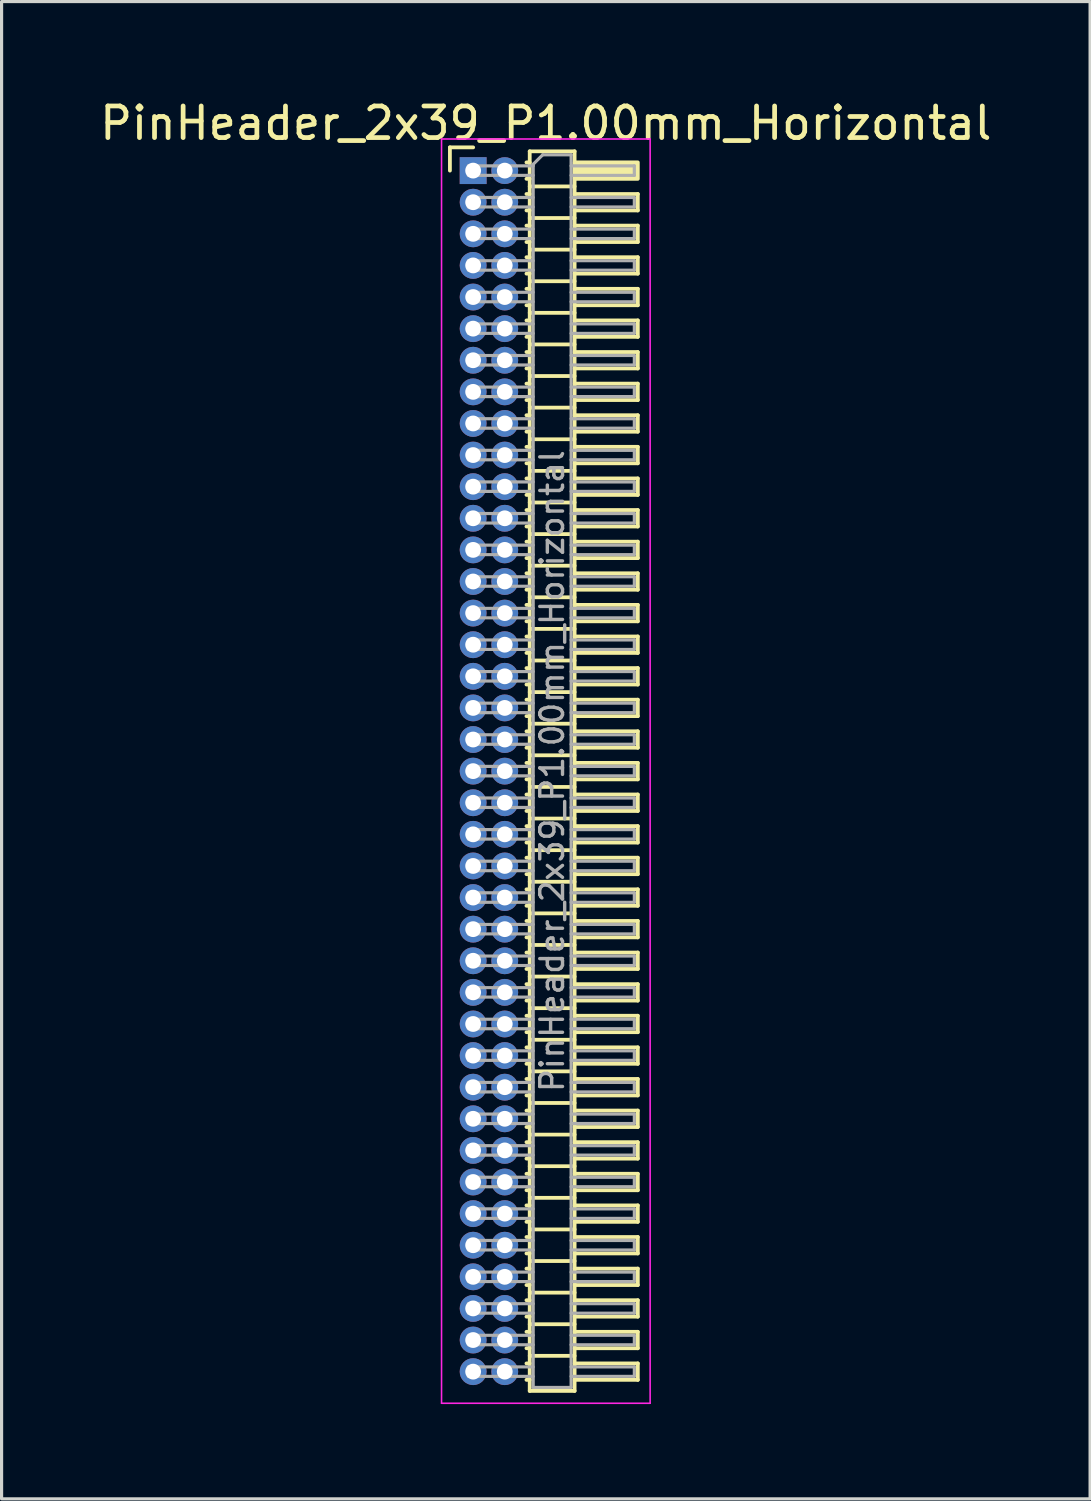
<source format=kicad_pcb>
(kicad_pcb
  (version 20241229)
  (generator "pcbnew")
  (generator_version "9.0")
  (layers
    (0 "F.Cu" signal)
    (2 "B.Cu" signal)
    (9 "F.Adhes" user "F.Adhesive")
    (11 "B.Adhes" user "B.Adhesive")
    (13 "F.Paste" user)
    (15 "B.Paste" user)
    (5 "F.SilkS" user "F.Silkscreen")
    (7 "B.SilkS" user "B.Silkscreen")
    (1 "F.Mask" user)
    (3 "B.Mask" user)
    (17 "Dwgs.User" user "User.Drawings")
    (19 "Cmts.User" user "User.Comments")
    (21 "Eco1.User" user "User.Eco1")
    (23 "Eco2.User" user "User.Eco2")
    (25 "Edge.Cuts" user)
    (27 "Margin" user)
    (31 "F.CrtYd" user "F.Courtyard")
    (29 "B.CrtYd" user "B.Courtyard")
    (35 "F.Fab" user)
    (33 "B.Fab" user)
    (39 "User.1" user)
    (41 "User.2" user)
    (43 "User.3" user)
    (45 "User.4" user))
  (footprint "PinHeader_2x39_P1.00mm_Horizontal"
    (layer "F.Cu")
    (at 11.92 2.348)
    (property "Reference" "PinHeader_2x39_P1.00mm_Horizontal" (at 2.3 -1.5 0) (layer "F.SilkS") (effects (font (size 1 1) (thickness 0.15))))
    (attr through_hole)
    (fp_line (start -0.735 -0.735) (end 0 -0.735) (stroke (width 0.12) (type solid)) (layer "F.SilkS"))
    (fp_line (start -0.735 0) (end -0.735 -0.735) (stroke (width 0.12) (type solid)) (layer "F.SilkS"))
    (fp_line (start 1.687 -0.26) (end 1.79 -0.26) (stroke (width 0.12) (type solid)) (layer "F.SilkS"))
    (fp_line (start 1.687 0.26) (end 1.79 0.26) (stroke (width 0.12) (type solid)) (layer "F.SilkS"))
    (fp_line (start 1.687 0.74) (end 1.79 0.74) (stroke (width 0.12) (type solid)) (layer "F.SilkS"))
    (fp_line (start 1.687 1.26) (end 1.79 1.26) (stroke (width 0.12) (type solid)) (layer "F.SilkS"))
    (fp_line (start 1.687 1.74) (end 1.79 1.74) (stroke (width 0.12) (type solid)) (layer "F.SilkS"))
    (fp_line (start 1.687 2.26) (end 1.79 2.26) (stroke (width 0.12) (type solid)) (layer "F.SilkS"))
    (fp_line (start 1.687 2.74) (end 1.79 2.74) (stroke (width 0.12) (type solid)) (layer "F.SilkS"))
    (fp_line (start 1.687 3.26) (end 1.79 3.26) (stroke (width 0.12) (type solid)) (layer "F.SilkS"))
    (fp_line (start 1.687 3.74) (end 1.79 3.74) (stroke (width 0.12) (type solid)) (layer "F.SilkS"))
    (fp_line (start 1.687 4.26) (end 1.79 4.26) (stroke (width 0.12) (type solid)) (layer "F.SilkS"))
    (fp_line (start 1.687 4.74) (end 1.79 4.74) (stroke (width 0.12) (type solid)) (layer "F.SilkS"))
    (fp_line (start 1.687 5.26) (end 1.79 5.26) (stroke (width 0.12) (type solid)) (layer "F.SilkS"))
    (fp_line (start 1.687 5.74) (end 1.79 5.74) (stroke (width 0.12) (type solid)) (layer "F.SilkS"))
    (fp_line (start 1.687 6.26) (end 1.79 6.26) (stroke (width 0.12) (type solid)) (layer "F.SilkS"))
    (fp_line (start 1.687 6.74) (end 1.79 6.74) (stroke (width 0.12) (type solid)) (layer "F.SilkS"))
    (fp_line (start 1.687 7.26) (end 1.79 7.26) (stroke (width 0.12) (type solid)) (layer "F.SilkS"))
    (fp_line (start 1.687 7.74) (end 1.79 7.74) (stroke (width 0.12) (type solid)) (layer "F.SilkS"))
    (fp_line (start 1.687 8.26) (end 1.79 8.26) (stroke (width 0.12) (type solid)) (layer "F.SilkS"))
    (fp_line (start 1.687 8.74) (end 1.79 8.74) (stroke (width 0.12) (type solid)) (layer "F.SilkS"))
    (fp_line (start 1.687 9.26) (end 1.79 9.26) (stroke (width 0.12) (type solid)) (layer "F.SilkS"))
    (fp_line (start 1.687 9.74) (end 1.79 9.74) (stroke (width 0.12) (type solid)) (layer "F.SilkS"))
    (fp_line (start 1.687 10.26) (end 1.79 10.26) (stroke (width 0.12) (type solid)) (layer "F.SilkS"))
    (fp_line (start 1.687 10.74) (end 1.79 10.74) (stroke (width 0.12) (type solid)) (layer "F.SilkS"))
    (fp_line (start 1.687 11.26) (end 1.79 11.26) (stroke (width 0.12) (type solid)) (layer "F.SilkS"))
    (fp_line (start 1.687 11.74) (end 1.79 11.74) (stroke (width 0.12) (type solid)) (layer "F.SilkS"))
    (fp_line (start 1.687 12.26) (end 1.79 12.26) (stroke (width 0.12) (type solid)) (layer "F.SilkS"))
    (fp_line (start 1.687 12.74) (end 1.79 12.74) (stroke (width 0.12) (type solid)) (layer "F.SilkS"))
    (fp_line (start 1.687 13.26) (end 1.79 13.26) (stroke (width 0.12) (type solid)) (layer "F.SilkS"))
    (fp_line (start 1.687 13.74) (end 1.79 13.74) (stroke (width 0.12) (type solid)) (layer "F.SilkS"))
    (fp_line (start 1.687 14.26) (end 1.79 14.26) (stroke (width 0.12) (type solid)) (layer "F.SilkS"))
    (fp_line (start 1.687 14.74) (end 1.79 14.74) (stroke (width 0.12) (type solid)) (layer "F.SilkS"))
    (fp_line (start 1.687 15.26) (end 1.79 15.26) (stroke (width 0.12) (type solid)) (layer "F.SilkS"))
    (fp_line (start 1.687 15.74) (end 1.79 15.74) (stroke (width 0.12) (type solid)) (layer "F.SilkS"))
    (fp_line (start 1.687 16.26) (end 1.79 16.26) (stroke (width 0.12) (type solid)) (layer "F.SilkS"))
    (fp_line (start 1.687 16.74) (end 1.79 16.74) (stroke (width 0.12) (type solid)) (layer "F.SilkS"))
    (fp_line (start 1.687 17.26) (end 1.79 17.26) (stroke (width 0.12) (type solid)) (layer "F.SilkS"))
    (fp_line (start 1.687 17.74) (end 1.79 17.74) (stroke (width 0.12) (type solid)) (layer "F.SilkS"))
    (fp_line (start 1.687 18.26) (end 1.79 18.26) (stroke (width 0.12) (type solid)) (layer "F.SilkS"))
    (fp_line (start 1.687 18.74) (end 1.79 18.74) (stroke (width 0.12) (type solid)) (layer "F.SilkS"))
    (fp_line (start 1.687 19.26) (end 1.79 19.26) (stroke (width 0.12) (type solid)) (layer "F.SilkS"))
    (fp_line (start 1.687 19.74) (end 1.79 19.74) (stroke (width 0.12) (type solid)) (layer "F.SilkS"))
    (fp_line (start 1.687 20.26) (end 1.79 20.26) (stroke (width 0.12) (type solid)) (layer "F.SilkS"))
    (fp_line (start 1.687 20.74) (end 1.79 20.74) (stroke (width 0.12) (type solid)) (layer "F.SilkS"))
    (fp_line (start 1.687 21.26) (end 1.79 21.26) (stroke (width 0.12) (type solid)) (layer "F.SilkS"))
    (fp_line (start 1.687 21.74) (end 1.79 21.74) (stroke (width 0.12) (type solid)) (layer "F.SilkS"))
    (fp_line (start 1.687 22.26) (end 1.79 22.26) (stroke (width 0.12) (type solid)) (layer "F.SilkS"))
    (fp_line (start 1.687 22.74) (end 1.79 22.74) (stroke (width 0.12) (type solid)) (layer "F.SilkS"))
    (fp_line (start 1.687 23.26) (end 1.79 23.26) (stroke (width 0.12) (type solid)) (layer "F.SilkS"))
    (fp_line (start 1.687 23.74) (end 1.79 23.74) (stroke (width 0.12) (type solid)) (layer "F.SilkS"))
    (fp_line (start 1.687 24.26) (end 1.79 24.26) (stroke (width 0.12) (type solid)) (layer "F.SilkS"))
    (fp_line (start 1.687 24.74) (end 1.79 24.74) (stroke (width 0.12) (type solid)) (layer "F.SilkS"))
    (fp_line (start 1.687 25.26) (end 1.79 25.26) (stroke (width 0.12) (type solid)) (layer "F.SilkS"))
    (fp_line (start 1.687 25.74) (end 1.79 25.74) (stroke (width 0.12) (type solid)) (layer "F.SilkS"))
    (fp_line (start 1.687 26.26) (end 1.79 26.26) (stroke (width 0.12) (type solid)) (layer "F.SilkS"))
    (fp_line (start 1.687 26.74) (end 1.79 26.74) (stroke (width 0.12) (type solid)) (layer "F.SilkS"))
    (fp_line (start 1.687 27.26) (end 1.79 27.26) (stroke (width 0.12) (type solid)) (layer "F.SilkS"))
    (fp_line (start 1.687 27.74) (end 1.79 27.74) (stroke (width 0.12) (type solid)) (layer "F.SilkS"))
    (fp_line (start 1.687 28.26) (end 1.79 28.26) (stroke (width 0.12) (type solid)) (layer "F.SilkS"))
    (fp_line (start 1.687 28.74) (end 1.79 28.74) (stroke (width 0.12) (type solid)) (layer "F.SilkS"))
    (fp_line (start 1.687 29.26) (end 1.79 29.26) (stroke (width 0.12) (type solid)) (layer "F.SilkS"))
    (fp_line (start 1.687 29.74) (end 1.79 29.74) (stroke (width 0.12) (type solid)) (layer "F.SilkS"))
    (fp_line (start 1.687 30.26) (end 1.79 30.26) (stroke (width 0.12) (type solid)) (layer "F.SilkS"))
    (fp_line (start 1.687 30.74) (end 1.79 30.74) (stroke (width 0.12) (type solid)) (layer "F.SilkS"))
    (fp_line (start 1.687 31.26) (end 1.79 31.26) (stroke (width 0.12) (type solid)) (layer "F.SilkS"))
    (fp_line (start 1.687 31.74) (end 1.79 31.74) (stroke (width 0.12) (type solid)) (layer "F.SilkS"))
    (fp_line (start 1.687 32.26) (end 1.79 32.26) (stroke (width 0.12) (type solid)) (layer "F.SilkS"))
    (fp_line (start 1.687 32.74) (end 1.79 32.74) (stroke (width 0.12) (type solid)) (layer "F.SilkS"))
    (fp_line (start 1.687 33.26) (end 1.79 33.26) (stroke (width 0.12) (type solid)) (layer "F.SilkS"))
    (fp_line (start 1.687 33.74) (end 1.79 33.74) (stroke (width 0.12) (type solid)) (layer "F.SilkS"))
    (fp_line (start 1.687 34.26) (end 1.79 34.26) (stroke (width 0.12) (type solid)) (layer "F.SilkS"))
    (fp_line (start 1.687 34.74) (end 1.79 34.74) (stroke (width 0.12) (type solid)) (layer "F.SilkS"))
    (fp_line (start 1.687 35.26) (end 1.79 35.26) (stroke (width 0.12) (type solid)) (layer "F.SilkS"))
    (fp_line (start 1.687 35.74) (end 1.79 35.74) (stroke (width 0.12) (type solid)) (layer "F.SilkS"))
    (fp_line (start 1.687 36.26) (end 1.79 36.26) (stroke (width 0.12) (type solid)) (layer "F.SilkS"))
    (fp_line (start 1.687 36.74) (end 1.79 36.74) (stroke (width 0.12) (type solid)) (layer "F.SilkS"))
    (fp_line (start 1.687 37.26) (end 1.79 37.26) (stroke (width 0.12) (type solid)) (layer "F.SilkS"))
    (fp_line (start 1.687 37.74) (end 1.79 37.74) (stroke (width 0.12) (type solid)) (layer "F.SilkS"))
    (fp_line (start 1.687 38.26) (end 1.79 38.26) (stroke (width 0.12) (type solid)) (layer "F.SilkS"))
    (fp_line (start 1.79 -0.61) (end 1.79 38.61) (stroke (width 0.12) (type solid)) (layer "F.SilkS"))
    (fp_line (start 1.79 0.5) (end 3.21 0.5) (stroke (width 0.12) (type solid)) (layer "F.SilkS"))
    (fp_line (start 1.79 1.5) (end 3.21 1.5) (stroke (width 0.12) (type solid)) (layer "F.SilkS"))
    (fp_line (start 1.79 2.5) (end 3.21 2.5) (stroke (width 0.12) (type solid)) (layer "F.SilkS"))
    (fp_line (start 1.79 3.5) (end 3.21 3.5) (stroke (width 0.12) (type solid)) (layer "F.SilkS"))
    (fp_line (start 1.79 4.5) (end 3.21 4.5) (stroke (width 0.12) (type solid)) (layer "F.SilkS"))
    (fp_line (start 1.79 5.5) (end 3.21 5.5) (stroke (width 0.12) (type solid)) (layer "F.SilkS"))
    (fp_line (start 1.79 6.5) (end 3.21 6.5) (stroke (width 0.12) (type solid)) (layer "F.SilkS"))
    (fp_line (start 1.79 7.5) (end 3.21 7.5) (stroke (width 0.12) (type solid)) (layer "F.SilkS"))
    (fp_line (start 1.79 8.5) (end 3.21 8.5) (stroke (width 0.12) (type solid)) (layer "F.SilkS"))
    (fp_line (start 1.79 9.5) (end 3.21 9.5) (stroke (width 0.12) (type solid)) (layer "F.SilkS"))
    (fp_line (start 1.79 10.5) (end 3.21 10.5) (stroke (width 0.12) (type solid)) (layer "F.SilkS"))
    (fp_line (start 1.79 11.5) (end 3.21 11.5) (stroke (width 0.12) (type solid)) (layer "F.SilkS"))
    (fp_line (start 1.79 12.5) (end 3.21 12.5) (stroke (width 0.12) (type solid)) (layer "F.SilkS"))
    (fp_line (start 1.79 13.5) (end 3.21 13.5) (stroke (width 0.12) (type solid)) (layer "F.SilkS"))
    (fp_line (start 1.79 14.5) (end 3.21 14.5) (stroke (width 0.12) (type solid)) (layer "F.SilkS"))
    (fp_line (start 1.79 15.5) (end 3.21 15.5) (stroke (width 0.12) (type solid)) (layer "F.SilkS"))
    (fp_line (start 1.79 16.5) (end 3.21 16.5) (stroke (width 0.12) (type solid)) (layer "F.SilkS"))
    (fp_line (start 1.79 17.5) (end 3.21 17.5) (stroke (width 0.12) (type solid)) (layer "F.SilkS"))
    (fp_line (start 1.79 18.5) (end 3.21 18.5) (stroke (width 0.12) (type solid)) (layer "F.SilkS"))
    (fp_line (start 1.79 19.5) (end 3.21 19.5) (stroke (width 0.12) (type solid)) (layer "F.SilkS"))
    (fp_line (start 1.79 20.5) (end 3.21 20.5) (stroke (width 0.12) (type solid)) (layer "F.SilkS"))
    (fp_line (start 1.79 21.5) (end 3.21 21.5) (stroke (width 0.12) (type solid)) (layer "F.SilkS"))
    (fp_line (start 1.79 22.5) (end 3.21 22.5) (stroke (width 0.12) (type solid)) (layer "F.SilkS"))
    (fp_line (start 1.79 23.5) (end 3.21 23.5) (stroke (width 0.12) (type solid)) (layer "F.SilkS"))
    (fp_line (start 1.79 24.5) (end 3.21 24.5) (stroke (width 0.12) (type solid)) (layer "F.SilkS"))
    (fp_line (start 1.79 25.5) (end 3.21 25.5) (stroke (width 0.12) (type solid)) (layer "F.SilkS"))
    (fp_line (start 1.79 26.5) (end 3.21 26.5) (stroke (width 0.12) (type solid)) (layer "F.SilkS"))
    (fp_line (start 1.79 27.5) (end 3.21 27.5) (stroke (width 0.12) (type solid)) (layer "F.SilkS"))
    (fp_line (start 1.79 28.5) (end 3.21 28.5) (stroke (width 0.12) (type solid)) (layer "F.SilkS"))
    (fp_line (start 1.79 29.5) (end 3.21 29.5) (stroke (width 0.12) (type solid)) (layer "F.SilkS"))
    (fp_line (start 1.79 30.5) (end 3.21 30.5) (stroke (width 0.12) (type solid)) (layer "F.SilkS"))
    (fp_line (start 1.79 31.5) (end 3.21 31.5) (stroke (width 0.12) (type solid)) (layer "F.SilkS"))
    (fp_line (start 1.79 32.5) (end 3.21 32.5) (stroke (width 0.12) (type solid)) (layer "F.SilkS"))
    (fp_line (start 1.79 33.5) (end 3.21 33.5) (stroke (width 0.12) (type solid)) (layer "F.SilkS"))
    (fp_line (start 1.79 34.5) (end 3.21 34.5) (stroke (width 0.12) (type solid)) (layer "F.SilkS"))
    (fp_line (start 1.79 35.5) (end 3.21 35.5) (stroke (width 0.12) (type solid)) (layer "F.SilkS"))
    (fp_line (start 1.79 36.5) (end 3.21 36.5) (stroke (width 0.12) (type solid)) (layer "F.SilkS"))
    (fp_line (start 1.79 37.5) (end 3.21 37.5) (stroke (width 0.12) (type solid)) (layer "F.SilkS"))
    (fp_line (start 1.79 38.61) (end 3.21 38.61) (stroke (width 0.12) (type solid)) (layer "F.SilkS"))
    (fp_line (start 3.21 -0.61) (end 1.79 -0.61) (stroke (width 0.12) (type solid)) (layer "F.SilkS"))
    (fp_line (start 3.21 0.74) (end 5.21 0.74) (stroke (width 0.12) (type solid)) (layer "F.SilkS"))
    (fp_line (start 3.21 1.74) (end 5.21 1.74) (stroke (width 0.12) (type solid)) (layer "F.SilkS"))
    (fp_line (start 3.21 2.74) (end 5.21 2.74) (stroke (width 0.12) (type solid)) (layer "F.SilkS"))
    (fp_line (start 3.21 3.74) (end 5.21 3.74) (stroke (width 0.12) (type solid)) (layer "F.SilkS"))
    (fp_line (start 3.21 4.74) (end 5.21 4.74) (stroke (width 0.12) (type solid)) (layer "F.SilkS"))
    (fp_line (start 3.21 5.74) (end 5.21 5.74) (stroke (width 0.12) (type solid)) (layer "F.SilkS"))
    (fp_line (start 3.21 6.74) (end 5.21 6.74) (stroke (width 0.12) (type solid)) (layer "F.SilkS"))
    (fp_line (start 3.21 7.74) (end 5.21 7.74) (stroke (width 0.12) (type solid)) (layer "F.SilkS"))
    (fp_line (start 3.21 8.74) (end 5.21 8.74) (stroke (width 0.12) (type solid)) (layer "F.SilkS"))
    (fp_line (start 3.21 9.74) (end 5.21 9.74) (stroke (width 0.12) (type solid)) (layer "F.SilkS"))
    (fp_line (start 3.21 10.74) (end 5.21 10.74) (stroke (width 0.12) (type solid)) (layer "F.SilkS"))
    (fp_line (start 3.21 11.74) (end 5.21 11.74) (stroke (width 0.12) (type solid)) (layer "F.SilkS"))
    (fp_line (start 3.21 12.74) (end 5.21 12.74) (stroke (width 0.12) (type solid)) (layer "F.SilkS"))
    (fp_line (start 3.21 13.74) (end 5.21 13.74) (stroke (width 0.12) (type solid)) (layer "F.SilkS"))
    (fp_line (start 3.21 14.74) (end 5.21 14.74) (stroke (width 0.12) (type solid)) (layer "F.SilkS"))
    (fp_line (start 3.21 15.74) (end 5.21 15.74) (stroke (width 0.12) (type solid)) (layer "F.SilkS"))
    (fp_line (start 3.21 16.74) (end 5.21 16.74) (stroke (width 0.12) (type solid)) (layer "F.SilkS"))
    (fp_line (start 3.21 17.74) (end 5.21 17.74) (stroke (width 0.12) (type solid)) (layer "F.SilkS"))
    (fp_line (start 3.21 18.74) (end 5.21 18.74) (stroke (width 0.12) (type solid)) (layer "F.SilkS"))
    (fp_line (start 3.21 19.74) (end 5.21 19.74) (stroke (width 0.12) (type solid)) (layer "F.SilkS"))
    (fp_line (start 3.21 20.74) (end 5.21 20.74) (stroke (width 0.12) (type solid)) (layer "F.SilkS"))
    (fp_line (start 3.21 21.74) (end 5.21 21.74) (stroke (width 0.12) (type solid)) (layer "F.SilkS"))
    (fp_line (start 3.21 22.74) (end 5.21 22.74) (stroke (width 0.12) (type solid)) (layer "F.SilkS"))
    (fp_line (start 3.21 23.74) (end 5.21 23.74) (stroke (width 0.12) (type solid)) (layer "F.SilkS"))
    (fp_line (start 3.21 24.74) (end 5.21 24.74) (stroke (width 0.12) (type solid)) (layer "F.SilkS"))
    (fp_line (start 3.21 25.74) (end 5.21 25.74) (stroke (width 0.12) (type solid)) (layer "F.SilkS"))
    (fp_line (start 3.21 26.74) (end 5.21 26.74) (stroke (width 0.12) (type solid)) (layer "F.SilkS"))
    (fp_line (start 3.21 27.74) (end 5.21 27.74) (stroke (width 0.12) (type solid)) (layer "F.SilkS"))
    (fp_line (start 3.21 28.74) (end 5.21 28.74) (stroke (width 0.12) (type solid)) (layer "F.SilkS"))
    (fp_line (start 3.21 29.74) (end 5.21 29.74) (stroke (width 0.12) (type solid)) (layer "F.SilkS"))
    (fp_line (start 3.21 30.74) (end 5.21 30.74) (stroke (width 0.12) (type solid)) (layer "F.SilkS"))
    (fp_line (start 3.21 31.74) (end 5.21 31.74) (stroke (width 0.12) (type solid)) (layer "F.SilkS"))
    (fp_line (start 3.21 32.74) (end 5.21 32.74) (stroke (width 0.12) (type solid)) (layer "F.SilkS"))
    (fp_line (start 3.21 33.74) (end 5.21 33.74) (stroke (width 0.12) (type solid)) (layer "F.SilkS"))
    (fp_line (start 3.21 34.74) (end 5.21 34.74) (stroke (width 0.12) (type solid)) (layer "F.SilkS"))
    (fp_line (start 3.21 35.74) (end 5.21 35.74) (stroke (width 0.12) (type solid)) (layer "F.SilkS"))
    (fp_line (start 3.21 36.74) (end 5.21 36.74) (stroke (width 0.12) (type solid)) (layer "F.SilkS"))
    (fp_line (start 3.21 37.74) (end 5.21 37.74) (stroke (width 0.12) (type solid)) (layer "F.SilkS"))
    (fp_line (start 3.21 38.61) (end 3.21 -0.61) (stroke (width 0.12) (type solid)) (layer "F.SilkS"))
    (fp_line (start 5.21 0.74) (end 5.21 1.26) (stroke (width 0.12) (type solid)) (layer "F.SilkS"))
    (fp_line (start 5.21 1.26) (end 3.21 1.26) (stroke (width 0.12) (type solid)) (layer "F.SilkS"))
    (fp_line (start 5.21 1.74) (end 5.21 2.26) (stroke (width 0.12) (type solid)) (layer "F.SilkS"))
    (fp_line (start 5.21 2.26) (end 3.21 2.26) (stroke (width 0.12) (type solid)) (layer "F.SilkS"))
    (fp_line (start 5.21 2.74) (end 5.21 3.26) (stroke (width 0.12) (type solid)) (layer "F.SilkS"))
    (fp_line (start 5.21 3.26) (end 3.21 3.26) (stroke (width 0.12) (type solid)) (layer "F.SilkS"))
    (fp_line (start 5.21 3.74) (end 5.21 4.26) (stroke (width 0.12) (type solid)) (layer "F.SilkS"))
    (fp_line (start 5.21 4.26) (end 3.21 4.26) (stroke (width 0.12) (type solid)) (layer "F.SilkS"))
    (fp_line (start 5.21 4.74) (end 5.21 5.26) (stroke (width 0.12) (type solid)) (layer "F.SilkS"))
    (fp_line (start 5.21 5.26) (end 3.21 5.26) (stroke (width 0.12) (type solid)) (layer "F.SilkS"))
    (fp_line (start 5.21 5.74) (end 5.21 6.26) (stroke (width 0.12) (type solid)) (layer "F.SilkS"))
    (fp_line (start 5.21 6.26) (end 3.21 6.26) (stroke (width 0.12) (type solid)) (layer "F.SilkS"))
    (fp_line (start 5.21 6.74) (end 5.21 7.26) (stroke (width 0.12) (type solid)) (layer "F.SilkS"))
    (fp_line (start 5.21 7.26) (end 3.21 7.26) (stroke (width 0.12) (type solid)) (layer "F.SilkS"))
    (fp_line (start 5.21 7.74) (end 5.21 8.26) (stroke (width 0.12) (type solid)) (layer "F.SilkS"))
    (fp_line (start 5.21 8.26) (end 3.21 8.26) (stroke (width 0.12) (type solid)) (layer "F.SilkS"))
    (fp_line (start 5.21 8.74) (end 5.21 9.26) (stroke (width 0.12) (type solid)) (layer "F.SilkS"))
    (fp_line (start 5.21 9.26) (end 3.21 9.26) (stroke (width 0.12) (type solid)) (layer "F.SilkS"))
    (fp_line (start 5.21 9.74) (end 5.21 10.26) (stroke (width 0.12) (type solid)) (layer "F.SilkS"))
    (fp_line (start 5.21 10.26) (end 3.21 10.26) (stroke (width 0.12) (type solid)) (layer "F.SilkS"))
    (fp_line (start 5.21 10.74) (end 5.21 11.26) (stroke (width 0.12) (type solid)) (layer "F.SilkS"))
    (fp_line (start 5.21 11.26) (end 3.21 11.26) (stroke (width 0.12) (type solid)) (layer "F.SilkS"))
    (fp_line (start 5.21 11.74) (end 5.21 12.26) (stroke (width 0.12) (type solid)) (layer "F.SilkS"))
    (fp_line (start 5.21 12.26) (end 3.21 12.26) (stroke (width 0.12) (type solid)) (layer "F.SilkS"))
    (fp_line (start 5.21 12.74) (end 5.21 13.26) (stroke (width 0.12) (type solid)) (layer "F.SilkS"))
    (fp_line (start 5.21 13.26) (end 3.21 13.26) (stroke (width 0.12) (type solid)) (layer "F.SilkS"))
    (fp_line (start 5.21 13.74) (end 5.21 14.26) (stroke (width 0.12) (type solid)) (layer "F.SilkS"))
    (fp_line (start 5.21 14.26) (end 3.21 14.26) (stroke (width 0.12) (type solid)) (layer "F.SilkS"))
    (fp_line (start 5.21 14.74) (end 5.21 15.26) (stroke (width 0.12) (type solid)) (layer "F.SilkS"))
    (fp_line (start 5.21 15.26) (end 3.21 15.26) (stroke (width 0.12) (type solid)) (layer "F.SilkS"))
    (fp_line (start 5.21 15.74) (end 5.21 16.26) (stroke (width 0.12) (type solid)) (layer "F.SilkS"))
    (fp_line (start 5.21 16.26) (end 3.21 16.26) (stroke (width 0.12) (type solid)) (layer "F.SilkS"))
    (fp_line (start 5.21 16.74) (end 5.21 17.26) (stroke (width 0.12) (type solid)) (layer "F.SilkS"))
    (fp_line (start 5.21 17.26) (end 3.21 17.26) (stroke (width 0.12) (type solid)) (layer "F.SilkS"))
    (fp_line (start 5.21 17.74) (end 5.21 18.26) (stroke (width 0.12) (type solid)) (layer "F.SilkS"))
    (fp_line (start 5.21 18.26) (end 3.21 18.26) (stroke (width 0.12) (type solid)) (layer "F.SilkS"))
    (fp_line (start 5.21 18.74) (end 5.21 19.26) (stroke (width 0.12) (type solid)) (layer "F.SilkS"))
    (fp_line (start 5.21 19.26) (end 3.21 19.26) (stroke (width 0.12) (type solid)) (layer "F.SilkS"))
    (fp_line (start 5.21 19.74) (end 5.21 20.26) (stroke (width 0.12) (type solid)) (layer "F.SilkS"))
    (fp_line (start 5.21 20.26) (end 3.21 20.26) (stroke (width 0.12) (type solid)) (layer "F.SilkS"))
    (fp_line (start 5.21 20.74) (end 5.21 21.26) (stroke (width 0.12) (type solid)) (layer "F.SilkS"))
    (fp_line (start 5.21 21.26) (end 3.21 21.26) (stroke (width 0.12) (type solid)) (layer "F.SilkS"))
    (fp_line (start 5.21 21.74) (end 5.21 22.26) (stroke (width 0.12) (type solid)) (layer "F.SilkS"))
    (fp_line (start 5.21 22.26) (end 3.21 22.26) (stroke (width 0.12) (type solid)) (layer "F.SilkS"))
    (fp_line (start 5.21 22.74) (end 5.21 23.26) (stroke (width 0.12) (type solid)) (layer "F.SilkS"))
    (fp_line (start 5.21 23.26) (end 3.21 23.26) (stroke (width 0.12) (type solid)) (layer "F.SilkS"))
    (fp_line (start 5.21 23.74) (end 5.21 24.26) (stroke (width 0.12) (type solid)) (layer "F.SilkS"))
    (fp_line (start 5.21 24.26) (end 3.21 24.26) (stroke (width 0.12) (type solid)) (layer "F.SilkS"))
    (fp_line (start 5.21 24.74) (end 5.21 25.26) (stroke (width 0.12) (type solid)) (layer "F.SilkS"))
    (fp_line (start 5.21 25.26) (end 3.21 25.26) (stroke (width 0.12) (type solid)) (layer "F.SilkS"))
    (fp_line (start 5.21 25.74) (end 5.21 26.26) (stroke (width 0.12) (type solid)) (layer "F.SilkS"))
    (fp_line (start 5.21 26.26) (end 3.21 26.26) (stroke (width 0.12) (type solid)) (layer "F.SilkS"))
    (fp_line (start 5.21 26.74) (end 5.21 27.26) (stroke (width 0.12) (type solid)) (layer "F.SilkS"))
    (fp_line (start 5.21 27.26) (end 3.21 27.26) (stroke (width 0.12) (type solid)) (layer "F.SilkS"))
    (fp_line (start 5.21 27.74) (end 5.21 28.26) (stroke (width 0.12) (type solid)) (layer "F.SilkS"))
    (fp_line (start 5.21 28.26) (end 3.21 28.26) (stroke (width 0.12) (type solid)) (layer "F.SilkS"))
    (fp_line (start 5.21 28.74) (end 5.21 29.26) (stroke (width 0.12) (type solid)) (layer "F.SilkS"))
    (fp_line (start 5.21 29.26) (end 3.21 29.26) (stroke (width 0.12) (type solid)) (layer "F.SilkS"))
    (fp_line (start 5.21 29.74) (end 5.21 30.26) (stroke (width 0.12) (type solid)) (layer "F.SilkS"))
    (fp_line (start 5.21 30.26) (end 3.21 30.26) (stroke (width 0.12) (type solid)) (layer "F.SilkS"))
    (fp_line (start 5.21 30.74) (end 5.21 31.26) (stroke (width 0.12) (type solid)) (layer "F.SilkS"))
    (fp_line (start 5.21 31.26) (end 3.21 31.26) (stroke (width 0.12) (type solid)) (layer "F.SilkS"))
    (fp_line (start 5.21 31.74) (end 5.21 32.26) (stroke (width 0.12) (type solid)) (layer "F.SilkS"))
    (fp_line (start 5.21 32.26) (end 3.21 32.26) (stroke (width 0.12) (type solid)) (layer "F.SilkS"))
    (fp_line (start 5.21 32.74) (end 5.21 33.26) (stroke (width 0.12) (type solid)) (layer "F.SilkS"))
    (fp_line (start 5.21 33.26) (end 3.21 33.26) (stroke (width 0.12) (type solid)) (layer "F.SilkS"))
    (fp_line (start 5.21 33.74) (end 5.21 34.26) (stroke (width 0.12) (type solid)) (layer "F.SilkS"))
    (fp_line (start 5.21 34.26) (end 3.21 34.26) (stroke (width 0.12) (type solid)) (layer "F.SilkS"))
    (fp_line (start 5.21 34.74) (end 5.21 35.26) (stroke (width 0.12) (type solid)) (layer "F.SilkS"))
    (fp_line (start 5.21 35.26) (end 3.21 35.26) (stroke (width 0.12) (type solid)) (layer "F.SilkS"))
    (fp_line (start 5.21 35.74) (end 5.21 36.26) (stroke (width 0.12) (type solid)) (layer "F.SilkS"))
    (fp_line (start 5.21 36.26) (end 3.21 36.26) (stroke (width 0.12) (type solid)) (layer "F.SilkS"))
    (fp_line (start 5.21 36.74) (end 5.21 37.26) (stroke (width 0.12) (type solid)) (layer "F.SilkS"))
    (fp_line (start 5.21 37.26) (end 3.21 37.26) (stroke (width 0.12) (type solid)) (layer "F.SilkS"))
    (fp_line (start 5.21 37.74) (end 5.21 38.26) (stroke (width 0.12) (type solid)) (layer "F.SilkS"))
    (fp_line (start 5.21 38.26) (end 3.21 38.26) (stroke (width 0.12) (type solid)) (layer "F.SilkS"))
    (fp_rect (start 3.21 -0.26) (end 5.21 0.26) (stroke (width 0.12) (type solid)) (fill yes) (layer "F.SilkS"))
    (fp_line (start -1 -1) (end -1 39) (stroke (width 0.05) (type solid)) (layer "F.CrtYd"))
    (fp_line (start -1 39) (end 5.6 39) (stroke (width 0.05) (type solid)) (layer "F.CrtYd"))
    (fp_line (start 5.6 -1) (end -1 -1) (stroke (width 0.05) (type solid)) (layer "F.CrtYd"))
    (fp_line (start 5.6 39) (end 5.6 -1) (stroke (width 0.05) (type solid)) (layer "F.CrtYd"))
    (fp_line (start -0.15 -0.15) (end -0.15 0.15) (stroke (width 0.1) (type solid)) (layer "F.Fab"))
    (fp_line (start -0.15 -0.15) (end 1.9 -0.15) (stroke (width 0.1) (type solid)) (layer "F.Fab"))
    (fp_line (start -0.15 0.15) (end 1.9 0.15) (stroke (width 0.1) (type solid)) (layer "F.Fab"))
    (fp_line (start -0.15 0.85) (end -0.15 1.15) (stroke (width 0.1) (type solid)) (layer "F.Fab"))
    (fp_line (start -0.15 0.85) (end 1.9 0.85) (stroke (width 0.1) (type solid)) (layer "F.Fab"))
    (fp_line (start -0.15 1.15) (end 1.9 1.15) (stroke (width 0.1) (type solid)) (layer "F.Fab"))
    (fp_line (start -0.15 1.85) (end -0.15 2.15) (stroke (width 0.1) (type solid)) (layer "F.Fab"))
    (fp_line (start -0.15 1.85) (end 1.9 1.85) (stroke (width 0.1) (type solid)) (layer "F.Fab"))
    (fp_line (start -0.15 2.15) (end 1.9 2.15) (stroke (width 0.1) (type solid)) (layer "F.Fab"))
    (fp_line (start -0.15 2.85) (end -0.15 3.15) (stroke (width 0.1) (type solid)) (layer "F.Fab"))
    (fp_line (start -0.15 2.85) (end 1.9 2.85) (stroke (width 0.1) (type solid)) (layer "F.Fab"))
    (fp_line (start -0.15 3.15) (end 1.9 3.15) (stroke (width 0.1) (type solid)) (layer "F.Fab"))
    (fp_line (start -0.15 3.85) (end -0.15 4.15) (stroke (width 0.1) (type solid)) (layer "F.Fab"))
    (fp_line (start -0.15 3.85) (end 1.9 3.85) (stroke (width 0.1) (type solid)) (layer "F.Fab"))
    (fp_line (start -0.15 4.15) (end 1.9 4.15) (stroke (width 0.1) (type solid)) (layer "F.Fab"))
    (fp_line (start -0.15 4.85) (end -0.15 5.15) (stroke (width 0.1) (type solid)) (layer "F.Fab"))
    (fp_line (start -0.15 4.85) (end 1.9 4.85) (stroke (width 0.1) (type solid)) (layer "F.Fab"))
    (fp_line (start -0.15 5.15) (end 1.9 5.15) (stroke (width 0.1) (type solid)) (layer "F.Fab"))
    (fp_line (start -0.15 5.85) (end -0.15 6.15) (stroke (width 0.1) (type solid)) (layer "F.Fab"))
    (fp_line (start -0.15 5.85) (end 1.9 5.85) (stroke (width 0.1) (type solid)) (layer "F.Fab"))
    (fp_line (start -0.15 6.15) (end 1.9 6.15) (stroke (width 0.1) (type solid)) (layer "F.Fab"))
    (fp_line (start -0.15 6.85) (end -0.15 7.15) (stroke (width 0.1) (type solid)) (layer "F.Fab"))
    (fp_line (start -0.15 6.85) (end 1.9 6.85) (stroke (width 0.1) (type solid)) (layer "F.Fab"))
    (fp_line (start -0.15 7.15) (end 1.9 7.15) (stroke (width 0.1) (type solid)) (layer "F.Fab"))
    (fp_line (start -0.15 7.85) (end -0.15 8.15) (stroke (width 0.1) (type solid)) (layer "F.Fab"))
    (fp_line (start -0.15 7.85) (end 1.9 7.85) (stroke (width 0.1) (type solid)) (layer "F.Fab"))
    (fp_line (start -0.15 8.15) (end 1.9 8.15) (stroke (width 0.1) (type solid)) (layer "F.Fab"))
    (fp_line (start -0.15 8.85) (end -0.15 9.15) (stroke (width 0.1) (type solid)) (layer "F.Fab"))
    (fp_line (start -0.15 8.85) (end 1.9 8.85) (stroke (width 0.1) (type solid)) (layer "F.Fab"))
    (fp_line (start -0.15 9.15) (end 1.9 9.15) (stroke (width 0.1) (type solid)) (layer "F.Fab"))
    (fp_line (start -0.15 9.85) (end -0.15 10.15) (stroke (width 0.1) (type solid)) (layer "F.Fab"))
    (fp_line (start -0.15 9.85) (end 1.9 9.85) (stroke (width 0.1) (type solid)) (layer "F.Fab"))
    (fp_line (start -0.15 10.15) (end 1.9 10.15) (stroke (width 0.1) (type solid)) (layer "F.Fab"))
    (fp_line (start -0.15 10.85) (end -0.15 11.15) (stroke (width 0.1) (type solid)) (layer "F.Fab"))
    (fp_line (start -0.15 10.85) (end 1.9 10.85) (stroke (width 0.1) (type solid)) (layer "F.Fab"))
    (fp_line (start -0.15 11.15) (end 1.9 11.15) (stroke (width 0.1) (type solid)) (layer "F.Fab"))
    (fp_line (start -0.15 11.85) (end -0.15 12.15) (stroke (width 0.1) (type solid)) (layer "F.Fab"))
    (fp_line (start -0.15 11.85) (end 1.9 11.85) (stroke (width 0.1) (type solid)) (layer "F.Fab"))
    (fp_line (start -0.15 12.15) (end 1.9 12.15) (stroke (width 0.1) (type solid)) (layer "F.Fab"))
    (fp_line (start -0.15 12.85) (end -0.15 13.15) (stroke (width 0.1) (type solid)) (layer "F.Fab"))
    (fp_line (start -0.15 12.85) (end 1.9 12.85) (stroke (width 0.1) (type solid)) (layer "F.Fab"))
    (fp_line (start -0.15 13.15) (end 1.9 13.15) (stroke (width 0.1) (type solid)) (layer "F.Fab"))
    (fp_line (start -0.15 13.85) (end -0.15 14.15) (stroke (width 0.1) (type solid)) (layer "F.Fab"))
    (fp_line (start -0.15 13.85) (end 1.9 13.85) (stroke (width 0.1) (type solid)) (layer "F.Fab"))
    (fp_line (start -0.15 14.15) (end 1.9 14.15) (stroke (width 0.1) (type solid)) (layer "F.Fab"))
    (fp_line (start -0.15 14.85) (end -0.15 15.15) (stroke (width 0.1) (type solid)) (layer "F.Fab"))
    (fp_line (start -0.15 14.85) (end 1.9 14.85) (stroke (width 0.1) (type solid)) (layer "F.Fab"))
    (fp_line (start -0.15 15.15) (end 1.9 15.15) (stroke (width 0.1) (type solid)) (layer "F.Fab"))
    (fp_line (start -0.15 15.85) (end -0.15 16.15) (stroke (width 0.1) (type solid)) (layer "F.Fab"))
    (fp_line (start -0.15 15.85) (end 1.9 15.85) (stroke (width 0.1) (type solid)) (layer "F.Fab"))
    (fp_line (start -0.15 16.15) (end 1.9 16.15) (stroke (width 0.1) (type solid)) (layer "F.Fab"))
    (fp_line (start -0.15 16.85) (end -0.15 17.15) (stroke (width 0.1) (type solid)) (layer "F.Fab"))
    (fp_line (start -0.15 16.85) (end 1.9 16.85) (stroke (width 0.1) (type solid)) (layer "F.Fab"))
    (fp_line (start -0.15 17.15) (end 1.9 17.15) (stroke (width 0.1) (type solid)) (layer "F.Fab"))
    (fp_line (start -0.15 17.85) (end -0.15 18.15) (stroke (width 0.1) (type solid)) (layer "F.Fab"))
    (fp_line (start -0.15 17.85) (end 1.9 17.85) (stroke (width 0.1) (type solid)) (layer "F.Fab"))
    (fp_line (start -0.15 18.15) (end 1.9 18.15) (stroke (width 0.1) (type solid)) (layer "F.Fab"))
    (fp_line (start -0.15 18.85) (end -0.15 19.15) (stroke (width 0.1) (type solid)) (layer "F.Fab"))
    (fp_line (start -0.15 18.85) (end 1.9 18.85) (stroke (width 0.1) (type solid)) (layer "F.Fab"))
    (fp_line (start -0.15 19.15) (end 1.9 19.15) (stroke (width 0.1) (type solid)) (layer "F.Fab"))
    (fp_line (start -0.15 19.85) (end -0.15 20.15) (stroke (width 0.1) (type solid)) (layer "F.Fab"))
    (fp_line (start -0.15 19.85) (end 1.9 19.85) (stroke (width 0.1) (type solid)) (layer "F.Fab"))
    (fp_line (start -0.15 20.15) (end 1.9 20.15) (stroke (width 0.1) (type solid)) (layer "F.Fab"))
    (fp_line (start -0.15 20.85) (end -0.15 21.15) (stroke (width 0.1) (type solid)) (layer "F.Fab"))
    (fp_line (start -0.15 20.85) (end 1.9 20.85) (stroke (width 0.1) (type solid)) (layer "F.Fab"))
    (fp_line (start -0.15 21.15) (end 1.9 21.15) (stroke (width 0.1) (type solid)) (layer "F.Fab"))
    (fp_line (start -0.15 21.85) (end -0.15 22.15) (stroke (width 0.1) (type solid)) (layer "F.Fab"))
    (fp_line (start -0.15 21.85) (end 1.9 21.85) (stroke (width 0.1) (type solid)) (layer "F.Fab"))
    (fp_line (start -0.15 22.15) (end 1.9 22.15) (stroke (width 0.1) (type solid)) (layer "F.Fab"))
    (fp_line (start -0.15 22.85) (end -0.15 23.15) (stroke (width 0.1) (type solid)) (layer "F.Fab"))
    (fp_line (start -0.15 22.85) (end 1.9 22.85) (stroke (width 0.1) (type solid)) (layer "F.Fab"))
    (fp_line (start -0.15 23.15) (end 1.9 23.15) (stroke (width 0.1) (type solid)) (layer "F.Fab"))
    (fp_line (start -0.15 23.85) (end -0.15 24.15) (stroke (width 0.1) (type solid)) (layer "F.Fab"))
    (fp_line (start -0.15 23.85) (end 1.9 23.85) (stroke (width 0.1) (type solid)) (layer "F.Fab"))
    (fp_line (start -0.15 24.15) (end 1.9 24.15) (stroke (width 0.1) (type solid)) (layer "F.Fab"))
    (fp_line (start -0.15 24.85) (end -0.15 25.15) (stroke (width 0.1) (type solid)) (layer "F.Fab"))
    (fp_line (start -0.15 24.85) (end 1.9 24.85) (stroke (width 0.1) (type solid)) (layer "F.Fab"))
    (fp_line (start -0.15 25.15) (end 1.9 25.15) (stroke (width 0.1) (type solid)) (layer "F.Fab"))
    (fp_line (start -0.15 25.85) (end -0.15 26.15) (stroke (width 0.1) (type solid)) (layer "F.Fab"))
    (fp_line (start -0.15 25.85) (end 1.9 25.85) (stroke (width 0.1) (type solid)) (layer "F.Fab"))
    (fp_line (start -0.15 26.15) (end 1.9 26.15) (stroke (width 0.1) (type solid)) (layer "F.Fab"))
    (fp_line (start -0.15 26.85) (end -0.15 27.15) (stroke (width 0.1) (type solid)) (layer "F.Fab"))
    (fp_line (start -0.15 26.85) (end 1.9 26.85) (stroke (width 0.1) (type solid)) (layer "F.Fab"))
    (fp_line (start -0.15 27.15) (end 1.9 27.15) (stroke (width 0.1) (type solid)) (layer "F.Fab"))
    (fp_line (start -0.15 27.85) (end -0.15 28.15) (stroke (width 0.1) (type solid)) (layer "F.Fab"))
    (fp_line (start -0.15 27.85) (end 1.9 27.85) (stroke (width 0.1) (type solid)) (layer "F.Fab"))
    (fp_line (start -0.15 28.15) (end 1.9 28.15) (stroke (width 0.1) (type solid)) (layer "F.Fab"))
    (fp_line (start -0.15 28.85) (end -0.15 29.15) (stroke (width 0.1) (type solid)) (layer "F.Fab"))
    (fp_line (start -0.15 28.85) (end 1.9 28.85) (stroke (width 0.1) (type solid)) (layer "F.Fab"))
    (fp_line (start -0.15 29.15) (end 1.9 29.15) (stroke (width 0.1) (type solid)) (layer "F.Fab"))
    (fp_line (start -0.15 29.85) (end -0.15 30.15) (stroke (width 0.1) (type solid)) (layer "F.Fab"))
    (fp_line (start -0.15 29.85) (end 1.9 29.85) (stroke (width 0.1) (type solid)) (layer "F.Fab"))
    (fp_line (start -0.15 30.15) (end 1.9 30.15) (stroke (width 0.1) (type solid)) (layer "F.Fab"))
    (fp_line (start -0.15 30.85) (end -0.15 31.15) (stroke (width 0.1) (type solid)) (layer "F.Fab"))
    (fp_line (start -0.15 30.85) (end 1.9 30.85) (stroke (width 0.1) (type solid)) (layer "F.Fab"))
    (fp_line (start -0.15 31.15) (end 1.9 31.15) (stroke (width 0.1) (type solid)) (layer "F.Fab"))
    (fp_line (start -0.15 31.85) (end -0.15 32.15) (stroke (width 0.1) (type solid)) (layer "F.Fab"))
    (fp_line (start -0.15 31.85) (end 1.9 31.85) (stroke (width 0.1) (type solid)) (layer "F.Fab"))
    (fp_line (start -0.15 32.15) (end 1.9 32.15) (stroke (width 0.1) (type solid)) (layer "F.Fab"))
    (fp_line (start -0.15 32.85) (end -0.15 33.15) (stroke (width 0.1) (type solid)) (layer "F.Fab"))
    (fp_line (start -0.15 32.85) (end 1.9 32.85) (stroke (width 0.1) (type solid)) (layer "F.Fab"))
    (fp_line (start -0.15 33.15) (end 1.9 33.15) (stroke (width 0.1) (type solid)) (layer "F.Fab"))
    (fp_line (start -0.15 33.85) (end -0.15 34.15) (stroke (width 0.1) (type solid)) (layer "F.Fab"))
    (fp_line (start -0.15 33.85) (end 1.9 33.85) (stroke (width 0.1) (type solid)) (layer "F.Fab"))
    (fp_line (start -0.15 34.15) (end 1.9 34.15) (stroke (width 0.1) (type solid)) (layer "F.Fab"))
    (fp_line (start -0.15 34.85) (end -0.15 35.15) (stroke (width 0.1) (type solid)) (layer "F.Fab"))
    (fp_line (start -0.15 34.85) (end 1.9 34.85) (stroke (width 0.1) (type solid)) (layer "F.Fab"))
    (fp_line (start -0.15 35.15) (end 1.9 35.15) (stroke (width 0.1) (type solid)) (layer "F.Fab"))
    (fp_line (start -0.15 35.85) (end -0.15 36.15) (stroke (width 0.1) (type solid)) (layer "F.Fab"))
    (fp_line (start -0.15 35.85) (end 1.9 35.85) (stroke (width 0.1) (type solid)) (layer "F.Fab"))
    (fp_line (start -0.15 36.15) (end 1.9 36.15) (stroke (width 0.1) (type solid)) (layer "F.Fab"))
    (fp_line (start -0.15 36.85) (end -0.15 37.15) (stroke (width 0.1) (type solid)) (layer "F.Fab"))
    (fp_line (start -0.15 36.85) (end 1.9 36.85) (stroke (width 0.1) (type solid)) (layer "F.Fab"))
    (fp_line (start -0.15 37.15) (end 1.9 37.15) (stroke (width 0.1) (type solid)) (layer "F.Fab"))
    (fp_line (start -0.15 37.85) (end -0.15 38.15) (stroke (width 0.1) (type solid)) (layer "F.Fab"))
    (fp_line (start -0.15 37.85) (end 1.9 37.85) (stroke (width 0.1) (type solid)) (layer "F.Fab"))
    (fp_line (start -0.15 38.15) (end 1.9 38.15) (stroke (width 0.1) (type solid)) (layer "F.Fab"))
    (fp_line (start 1.9 -0.2) (end 2.2 -0.5) (stroke (width 0.1) (type solid)) (layer "F.Fab"))
    (fp_line (start 1.9 38.5) (end 1.9 -0.2) (stroke (width 0.1) (type solid)) (layer "F.Fab"))
    (fp_line (start 2.2 -0.5) (end 3.1 -0.5) (stroke (width 0.1) (type solid)) (layer "F.Fab"))
    (fp_line (start 3.1 -0.5) (end 3.1 38.5) (stroke (width 0.1) (type solid)) (layer "F.Fab"))
    (fp_line (start 3.1 -0.15) (end 5.1 -0.15) (stroke (width 0.1) (type solid)) (layer "F.Fab"))
    (fp_line (start 3.1 0.15) (end 5.1 0.15) (stroke (width 0.1) (type solid)) (layer "F.Fab"))
    (fp_line (start 3.1 0.85) (end 5.1 0.85) (stroke (width 0.1) (type solid)) (layer "F.Fab"))
    (fp_line (start 3.1 1.15) (end 5.1 1.15) (stroke (width 0.1) (type solid)) (layer "F.Fab"))
    (fp_line (start 3.1 1.85) (end 5.1 1.85) (stroke (width 0.1) (type solid)) (layer "F.Fab"))
    (fp_line (start 3.1 2.15) (end 5.1 2.15) (stroke (width 0.1) (type solid)) (layer "F.Fab"))
    (fp_line (start 3.1 2.85) (end 5.1 2.85) (stroke (width 0.1) (type solid)) (layer "F.Fab"))
    (fp_line (start 3.1 3.15) (end 5.1 3.15) (stroke (width 0.1) (type solid)) (layer "F.Fab"))
    (fp_line (start 3.1 3.85) (end 5.1 3.85) (stroke (width 0.1) (type solid)) (layer "F.Fab"))
    (fp_line (start 3.1 4.15) (end 5.1 4.15) (stroke (width 0.1) (type solid)) (layer "F.Fab"))
    (fp_line (start 3.1 4.85) (end 5.1 4.85) (stroke (width 0.1) (type solid)) (layer "F.Fab"))
    (fp_line (start 3.1 5.15) (end 5.1 5.15) (stroke (width 0.1) (type solid)) (layer "F.Fab"))
    (fp_line (start 3.1 5.85) (end 5.1 5.85) (stroke (width 0.1) (type solid)) (layer "F.Fab"))
    (fp_line (start 3.1 6.15) (end 5.1 6.15) (stroke (width 0.1) (type solid)) (layer "F.Fab"))
    (fp_line (start 3.1 6.85) (end 5.1 6.85) (stroke (width 0.1) (type solid)) (layer "F.Fab"))
    (fp_line (start 3.1 7.15) (end 5.1 7.15) (stroke (width 0.1) (type solid)) (layer "F.Fab"))
    (fp_line (start 3.1 7.85) (end 5.1 7.85) (stroke (width 0.1) (type solid)) (layer "F.Fab"))
    (fp_line (start 3.1 8.15) (end 5.1 8.15) (stroke (width 0.1) (type solid)) (layer "F.Fab"))
    (fp_line (start 3.1 8.85) (end 5.1 8.85) (stroke (width 0.1) (type solid)) (layer "F.Fab"))
    (fp_line (start 3.1 9.15) (end 5.1 9.15) (stroke (width 0.1) (type solid)) (layer "F.Fab"))
    (fp_line (start 3.1 9.85) (end 5.1 9.85) (stroke (width 0.1) (type solid)) (layer "F.Fab"))
    (fp_line (start 3.1 10.15) (end 5.1 10.15) (stroke (width 0.1) (type solid)) (layer "F.Fab"))
    (fp_line (start 3.1 10.85) (end 5.1 10.85) (stroke (width 0.1) (type solid)) (layer "F.Fab"))
    (fp_line (start 3.1 11.15) (end 5.1 11.15) (stroke (width 0.1) (type solid)) (layer "F.Fab"))
    (fp_line (start 3.1 11.85) (end 5.1 11.85) (stroke (width 0.1) (type solid)) (layer "F.Fab"))
    (fp_line (start 3.1 12.15) (end 5.1 12.15) (stroke (width 0.1) (type solid)) (layer "F.Fab"))
    (fp_line (start 3.1 12.85) (end 5.1 12.85) (stroke (width 0.1) (type solid)) (layer "F.Fab"))
    (fp_line (start 3.1 13.15) (end 5.1 13.15) (stroke (width 0.1) (type solid)) (layer "F.Fab"))
    (fp_line (start 3.1 13.85) (end 5.1 13.85) (stroke (width 0.1) (type solid)) (layer "F.Fab"))
    (fp_line (start 3.1 14.15) (end 5.1 14.15) (stroke (width 0.1) (type solid)) (layer "F.Fab"))
    (fp_line (start 3.1 14.85) (end 5.1 14.85) (stroke (width 0.1) (type solid)) (layer "F.Fab"))
    (fp_line (start 3.1 15.15) (end 5.1 15.15) (stroke (width 0.1) (type solid)) (layer "F.Fab"))
    (fp_line (start 3.1 15.85) (end 5.1 15.85) (stroke (width 0.1) (type solid)) (layer "F.Fab"))
    (fp_line (start 3.1 16.15) (end 5.1 16.15) (stroke (width 0.1) (type solid)) (layer "F.Fab"))
    (fp_line (start 3.1 16.85) (end 5.1 16.85) (stroke (width 0.1) (type solid)) (layer "F.Fab"))
    (fp_line (start 3.1 17.15) (end 5.1 17.15) (stroke (width 0.1) (type solid)) (layer "F.Fab"))
    (fp_line (start 3.1 17.85) (end 5.1 17.85) (stroke (width 0.1) (type solid)) (layer "F.Fab"))
    (fp_line (start 3.1 18.15) (end 5.1 18.15) (stroke (width 0.1) (type solid)) (layer "F.Fab"))
    (fp_line (start 3.1 18.85) (end 5.1 18.85) (stroke (width 0.1) (type solid)) (layer "F.Fab"))
    (fp_line (start 3.1 19.15) (end 5.1 19.15) (stroke (width 0.1) (type solid)) (layer "F.Fab"))
    (fp_line (start 3.1 19.85) (end 5.1 19.85) (stroke (width 0.1) (type solid)) (layer "F.Fab"))
    (fp_line (start 3.1 20.15) (end 5.1 20.15) (stroke (width 0.1) (type solid)) (layer "F.Fab"))
    (fp_line (start 3.1 20.85) (end 5.1 20.85) (stroke (width 0.1) (type solid)) (layer "F.Fab"))
    (fp_line (start 3.1 21.15) (end 5.1 21.15) (stroke (width 0.1) (type solid)) (layer "F.Fab"))
    (fp_line (start 3.1 21.85) (end 5.1 21.85) (stroke (width 0.1) (type solid)) (layer "F.Fab"))
    (fp_line (start 3.1 22.15) (end 5.1 22.15) (stroke (width 0.1) (type solid)) (layer "F.Fab"))
    (fp_line (start 3.1 22.85) (end 5.1 22.85) (stroke (width 0.1) (type solid)) (layer "F.Fab"))
    (fp_line (start 3.1 23.15) (end 5.1 23.15) (stroke (width 0.1) (type solid)) (layer "F.Fab"))
    (fp_line (start 3.1 23.85) (end 5.1 23.85) (stroke (width 0.1) (type solid)) (layer "F.Fab"))
    (fp_line (start 3.1 24.15) (end 5.1 24.15) (stroke (width 0.1) (type solid)) (layer "F.Fab"))
    (fp_line (start 3.1 24.85) (end 5.1 24.85) (stroke (width 0.1) (type solid)) (layer "F.Fab"))
    (fp_line (start 3.1 25.15) (end 5.1 25.15) (stroke (width 0.1) (type solid)) (layer "F.Fab"))
    (fp_line (start 3.1 25.85) (end 5.1 25.85) (stroke (width 0.1) (type solid)) (layer "F.Fab"))
    (fp_line (start 3.1 26.15) (end 5.1 26.15) (stroke (width 0.1) (type solid)) (layer "F.Fab"))
    (fp_line (start 3.1 26.85) (end 5.1 26.85) (stroke (width 0.1) (type solid)) (layer "F.Fab"))
    (fp_line (start 3.1 27.15) (end 5.1 27.15) (stroke (width 0.1) (type solid)) (layer "F.Fab"))
    (fp_line (start 3.1 27.85) (end 5.1 27.85) (stroke (width 0.1) (type solid)) (layer "F.Fab"))
    (fp_line (start 3.1 28.15) (end 5.1 28.15) (stroke (width 0.1) (type solid)) (layer "F.Fab"))
    (fp_line (start 3.1 28.85) (end 5.1 28.85) (stroke (width 0.1) (type solid)) (layer "F.Fab"))
    (fp_line (start 3.1 29.15) (end 5.1 29.15) (stroke (width 0.1) (type solid)) (layer "F.Fab"))
    (fp_line (start 3.1 29.85) (end 5.1 29.85) (stroke (width 0.1) (type solid)) (layer "F.Fab"))
    (fp_line (start 3.1 30.15) (end 5.1 30.15) (stroke (width 0.1) (type solid)) (layer "F.Fab"))
    (fp_line (start 3.1 30.85) (end 5.1 30.85) (stroke (width 0.1) (type solid)) (layer "F.Fab"))
    (fp_line (start 3.1 31.15) (end 5.1 31.15) (stroke (width 0.1) (type solid)) (layer "F.Fab"))
    (fp_line (start 3.1 31.85) (end 5.1 31.85) (stroke (width 0.1) (type solid)) (layer "F.Fab"))
    (fp_line (start 3.1 32.15) (end 5.1 32.15) (stroke (width 0.1) (type solid)) (layer "F.Fab"))
    (fp_line (start 3.1 32.85) (end 5.1 32.85) (stroke (width 0.1) (type solid)) (layer "F.Fab"))
    (fp_line (start 3.1 33.15) (end 5.1 33.15) (stroke (width 0.1) (type solid)) (layer "F.Fab"))
    (fp_line (start 3.1 33.85) (end 5.1 33.85) (stroke (width 0.1) (type solid)) (layer "F.Fab"))
    (fp_line (start 3.1 34.15) (end 5.1 34.15) (stroke (width 0.1) (type solid)) (layer "F.Fab"))
    (fp_line (start 3.1 34.85) (end 5.1 34.85) (stroke (width 0.1) (type solid)) (layer "F.Fab"))
    (fp_line (start 3.1 35.15) (end 5.1 35.15) (stroke (width 0.1) (type solid)) (layer "F.Fab"))
    (fp_line (start 3.1 35.85) (end 5.1 35.85) (stroke (width 0.1) (type solid)) (layer "F.Fab"))
    (fp_line (start 3.1 36.15) (end 5.1 36.15) (stroke (width 0.1) (type solid)) (layer "F.Fab"))
    (fp_line (start 3.1 36.85) (end 5.1 36.85) (stroke (width 0.1) (type solid)) (layer "F.Fab"))
    (fp_line (start 3.1 37.15) (end 5.1 37.15) (stroke (width 0.1) (type solid)) (layer "F.Fab"))
    (fp_line (start 3.1 37.85) (end 5.1 37.85) (stroke (width 0.1) (type solid)) (layer "F.Fab"))
    (fp_line (start 3.1 38.15) (end 5.1 38.15) (stroke (width 0.1) (type solid)) (layer "F.Fab"))
    (fp_line (start 3.1 38.5) (end 1.9 38.5) (stroke (width 0.1) (type solid)) (layer "F.Fab"))
    (fp_line (start 5.1 -0.15) (end 5.1 0.15) (stroke (width 0.1) (type solid)) (layer "F.Fab"))
    (fp_line (start 5.1 0.85) (end 5.1 1.15) (stroke (width 0.1) (type solid)) (layer "F.Fab"))
    (fp_line (start 5.1 1.85) (end 5.1 2.15) (stroke (width 0.1) (type solid)) (layer "F.Fab"))
    (fp_line (start 5.1 2.85) (end 5.1 3.15) (stroke (width 0.1) (type solid)) (layer "F.Fab"))
    (fp_line (start 5.1 3.85) (end 5.1 4.15) (stroke (width 0.1) (type solid)) (layer "F.Fab"))
    (fp_line (start 5.1 4.85) (end 5.1 5.15) (stroke (width 0.1) (type solid)) (layer "F.Fab"))
    (fp_line (start 5.1 5.85) (end 5.1 6.15) (stroke (width 0.1) (type solid)) (layer "F.Fab"))
    (fp_line (start 5.1 6.85) (end 5.1 7.15) (stroke (width 0.1) (type solid)) (layer "F.Fab"))
    (fp_line (start 5.1 7.85) (end 5.1 8.15) (stroke (width 0.1) (type solid)) (layer "F.Fab"))
    (fp_line (start 5.1 8.85) (end 5.1 9.15) (stroke (width 0.1) (type solid)) (layer "F.Fab"))
    (fp_line (start 5.1 9.85) (end 5.1 10.15) (stroke (width 0.1) (type solid)) (layer "F.Fab"))
    (fp_line (start 5.1 10.85) (end 5.1 11.15) (stroke (width 0.1) (type solid)) (layer "F.Fab"))
    (fp_line (start 5.1 11.85) (end 5.1 12.15) (stroke (width 0.1) (type solid)) (layer "F.Fab"))
    (fp_line (start 5.1 12.85) (end 5.1 13.15) (stroke (width 0.1) (type solid)) (layer "F.Fab"))
    (fp_line (start 5.1 13.85) (end 5.1 14.15) (stroke (width 0.1) (type solid)) (layer "F.Fab"))
    (fp_line (start 5.1 14.85) (end 5.1 15.15) (stroke (width 0.1) (type solid)) (layer "F.Fab"))
    (fp_line (start 5.1 15.85) (end 5.1 16.15) (stroke (width 0.1) (type solid)) (layer "F.Fab"))
    (fp_line (start 5.1 16.85) (end 5.1 17.15) (stroke (width 0.1) (type solid)) (layer "F.Fab"))
    (fp_line (start 5.1 17.85) (end 5.1 18.15) (stroke (width 0.1) (type solid)) (layer "F.Fab"))
    (fp_line (start 5.1 18.85) (end 5.1 19.15) (stroke (width 0.1) (type solid)) (layer "F.Fab"))
    (fp_line (start 5.1 19.85) (end 5.1 20.15) (stroke (width 0.1) (type solid)) (layer "F.Fab"))
    (fp_line (start 5.1 20.85) (end 5.1 21.15) (stroke (width 0.1) (type solid)) (layer "F.Fab"))
    (fp_line (start 5.1 21.85) (end 5.1 22.15) (stroke (width 0.1) (type solid)) (layer "F.Fab"))
    (fp_line (start 5.1 22.85) (end 5.1 23.15) (stroke (width 0.1) (type solid)) (layer "F.Fab"))
    (fp_line (start 5.1 23.85) (end 5.1 24.15) (stroke (width 0.1) (type solid)) (layer "F.Fab"))
    (fp_line (start 5.1 24.85) (end 5.1 25.15) (stroke (width 0.1) (type solid)) (layer "F.Fab"))
    (fp_line (start 5.1 25.85) (end 5.1 26.15) (stroke (width 0.1) (type solid)) (layer "F.Fab"))
    (fp_line (start 5.1 26.85) (end 5.1 27.15) (stroke (width 0.1) (type solid)) (layer "F.Fab"))
    (fp_line (start 5.1 27.85) (end 5.1 28.15) (stroke (width 0.1) (type solid)) (layer "F.Fab"))
    (fp_line (start 5.1 28.85) (end 5.1 29.15) (stroke (width 0.1) (type solid)) (layer "F.Fab"))
    (fp_line (start 5.1 29.85) (end 5.1 30.15) (stroke (width 0.1) (type solid)) (layer "F.Fab"))
    (fp_line (start 5.1 30.85) (end 5.1 31.15) (stroke (width 0.1) (type solid)) (layer "F.Fab"))
    (fp_line (start 5.1 31.85) (end 5.1 32.15) (stroke (width 0.1) (type solid)) (layer "F.Fab"))
    (fp_line (start 5.1 32.85) (end 5.1 33.15) (stroke (width 0.1) (type solid)) (layer "F.Fab"))
    (fp_line (start 5.1 33.85) (end 5.1 34.15) (stroke (width 0.1) (type solid)) (layer "F.Fab"))
    (fp_line (start 5.1 34.85) (end 5.1 35.15) (stroke (width 0.1) (type solid)) (layer "F.Fab"))
    (fp_line (start 5.1 35.85) (end 5.1 36.15) (stroke (width 0.1) (type solid)) (layer "F.Fab"))
    (fp_line (start 5.1 36.85) (end 5.1 37.15) (stroke (width 0.1) (type solid)) (layer "F.Fab"))
    (fp_line (start 5.1 37.85) (end 5.1 38.15) (stroke (width 0.1) (type solid)) (layer "F.Fab"))
    (fp_text user "${REFERENCE}" (at 2.5 19 90) (layer "F.Fab") (effects (font (size 0.72 0.72) (thickness 0.108))))
    (pad "1" thru_hole rect (at 0 0) (size 0.85 0.85) (drill 0.5) (layers "*.Cu" "*.Mask"))
    (pad "2" thru_hole circle (at 1 0) (size 0.85 0.85) (drill 0.5) (layers "*.Cu" "*.Mask"))
    (pad "3" thru_hole circle (at 0 1) (size 0.85 0.85) (drill 0.5) (layers "*.Cu" "*.Mask"))
    (pad "4" thru_hole circle (at 1 1) (size 0.85 0.85) (drill 0.5) (layers "*.Cu" "*.Mask"))
    (pad "5" thru_hole circle (at 0 2) (size 0.85 0.85) (drill 0.5) (layers "*.Cu" "*.Mask"))
    (pad "6" thru_hole circle (at 1 2) (size 0.85 0.85) (drill 0.5) (layers "*.Cu" "*.Mask"))
    (pad "7" thru_hole circle (at 0 3) (size 0.85 0.85) (drill 0.5) (layers "*.Cu" "*.Mask"))
    (pad "8" thru_hole circle (at 1 3) (size 0.85 0.85) (drill 0.5) (layers "*.Cu" "*.Mask"))
    (pad "9" thru_hole circle (at 0 4) (size 0.85 0.85) (drill 0.5) (layers "*.Cu" "*.Mask"))
    (pad "10" thru_hole circle (at 1 4) (size 0.85 0.85) (drill 0.5) (layers "*.Cu" "*.Mask"))
    (pad "11" thru_hole circle (at 0 5) (size 0.85 0.85) (drill 0.5) (layers "*.Cu" "*.Mask"))
    (pad "12" thru_hole circle (at 1 5) (size 0.85 0.85) (drill 0.5) (layers "*.Cu" "*.Mask"))
    (pad "13" thru_hole circle (at 0 6) (size 0.85 0.85) (drill 0.5) (layers "*.Cu" "*.Mask"))
    (pad "14" thru_hole circle (at 1 6) (size 0.85 0.85) (drill 0.5) (layers "*.Cu" "*.Mask"))
    (pad "15" thru_hole circle (at 0 7) (size 0.85 0.85) (drill 0.5) (layers "*.Cu" "*.Mask"))
    (pad "16" thru_hole circle (at 1 7) (size 0.85 0.85) (drill 0.5) (layers "*.Cu" "*.Mask"))
    (pad "17" thru_hole circle (at 0 8) (size 0.85 0.85) (drill 0.5) (layers "*.Cu" "*.Mask"))
    (pad "18" thru_hole circle (at 1 8) (size 0.85 0.85) (drill 0.5) (layers "*.Cu" "*.Mask"))
    (pad "19" thru_hole circle (at 0 9) (size 0.85 0.85) (drill 0.5) (layers "*.Cu" "*.Mask"))
    (pad "20" thru_hole circle (at 1 9) (size 0.85 0.85) (drill 0.5) (layers "*.Cu" "*.Mask"))
    (pad "21" thru_hole circle (at 0 10) (size 0.85 0.85) (drill 0.5) (layers "*.Cu" "*.Mask"))
    (pad "22" thru_hole circle (at 1 10) (size 0.85 0.85) (drill 0.5) (layers "*.Cu" "*.Mask"))
    (pad "23" thru_hole circle (at 0 11) (size 0.85 0.85) (drill 0.5) (layers "*.Cu" "*.Mask"))
    (pad "24" thru_hole circle (at 1 11) (size 0.85 0.85) (drill 0.5) (layers "*.Cu" "*.Mask"))
    (pad "25" thru_hole circle (at 0 12) (size 0.85 0.85) (drill 0.5) (layers "*.Cu" "*.Mask"))
    (pad "26" thru_hole circle (at 1 12) (size 0.85 0.85) (drill 0.5) (layers "*.Cu" "*.Mask"))
    (pad "27" thru_hole circle (at 0 13) (size 0.85 0.85) (drill 0.5) (layers "*.Cu" "*.Mask"))
    (pad "28" thru_hole circle (at 1 13) (size 0.85 0.85) (drill 0.5) (layers "*.Cu" "*.Mask"))
    (pad "29" thru_hole circle (at 0 14) (size 0.85 0.85) (drill 0.5) (layers "*.Cu" "*.Mask"))
    (pad "30" thru_hole circle (at 1 14) (size 0.85 0.85) (drill 0.5) (layers "*.Cu" "*.Mask"))
    (pad "31" thru_hole circle (at 0 15) (size 0.85 0.85) (drill 0.5) (layers "*.Cu" "*.Mask"))
    (pad "32" thru_hole circle (at 1 15) (size 0.85 0.85) (drill 0.5) (layers "*.Cu" "*.Mask"))
    (pad "33" thru_hole circle (at 0 16) (size 0.85 0.85) (drill 0.5) (layers "*.Cu" "*.Mask"))
    (pad "34" thru_hole circle (at 1 16) (size 0.85 0.85) (drill 0.5) (layers "*.Cu" "*.Mask"))
    (pad "35" thru_hole circle (at 0 17) (size 0.85 0.85) (drill 0.5) (layers "*.Cu" "*.Mask"))
    (pad "36" thru_hole circle (at 1 17) (size 0.85 0.85) (drill 0.5) (layers "*.Cu" "*.Mask"))
    (pad "37" thru_hole circle (at 0 18) (size 0.85 0.85) (drill 0.5) (layers "*.Cu" "*.Mask"))
    (pad "38" thru_hole circle (at 1 18) (size 0.85 0.85) (drill 0.5) (layers "*.Cu" "*.Mask"))
    (pad "39" thru_hole circle (at 0 19) (size 0.85 0.85) (drill 0.5) (layers "*.Cu" "*.Mask"))
    (pad "40" thru_hole circle (at 1 19) (size 0.85 0.85) (drill 0.5) (layers "*.Cu" "*.Mask"))
    (pad "41" thru_hole circle (at 0 20) (size 0.85 0.85) (drill 0.5) (layers "*.Cu" "*.Mask"))
    (pad "42" thru_hole circle (at 1 20) (size 0.85 0.85) (drill 0.5) (layers "*.Cu" "*.Mask"))
    (pad "43" thru_hole circle (at 0 21) (size 0.85 0.85) (drill 0.5) (layers "*.Cu" "*.Mask"))
    (pad "44" thru_hole circle (at 1 21) (size 0.85 0.85) (drill 0.5) (layers "*.Cu" "*.Mask"))
    (pad "45" thru_hole circle (at 0 22) (size 0.85 0.85) (drill 0.5) (layers "*.Cu" "*.Mask"))
    (pad "46" thru_hole circle (at 1 22) (size 0.85 0.85) (drill 0.5) (layers "*.Cu" "*.Mask"))
    (pad "47" thru_hole circle (at 0 23) (size 0.85 0.85) (drill 0.5) (layers "*.Cu" "*.Mask"))
    (pad "48" thru_hole circle (at 1 23) (size 0.85 0.85) (drill 0.5) (layers "*.Cu" "*.Mask"))
    (pad "49" thru_hole circle (at 0 24) (size 0.85 0.85) (drill 0.5) (layers "*.Cu" "*.Mask"))
    (pad "50" thru_hole circle (at 1 24) (size 0.85 0.85) (drill 0.5) (layers "*.Cu" "*.Mask"))
    (pad "51" thru_hole circle (at 0 25) (size 0.85 0.85) (drill 0.5) (layers "*.Cu" "*.Mask"))
    (pad "52" thru_hole circle (at 1 25) (size 0.85 0.85) (drill 0.5) (layers "*.Cu" "*.Mask"))
    (pad "53" thru_hole circle (at 0 26) (size 0.85 0.85) (drill 0.5) (layers "*.Cu" "*.Mask"))
    (pad "54" thru_hole circle (at 1 26) (size 0.85 0.85) (drill 0.5) (layers "*.Cu" "*.Mask"))
    (pad "55" thru_hole circle (at 0 27) (size 0.85 0.85) (drill 0.5) (layers "*.Cu" "*.Mask"))
    (pad "56" thru_hole circle (at 1 27) (size 0.85 0.85) (drill 0.5) (layers "*.Cu" "*.Mask"))
    (pad "57" thru_hole circle (at 0 28) (size 0.85 0.85) (drill 0.5) (layers "*.Cu" "*.Mask"))
    (pad "58" thru_hole circle (at 1 28) (size 0.85 0.85) (drill 0.5) (layers "*.Cu" "*.Mask"))
    (pad "59" thru_hole circle (at 0 29) (size 0.85 0.85) (drill 0.5) (layers "*.Cu" "*.Mask"))
    (pad "60" thru_hole circle (at 1 29) (size 0.85 0.85) (drill 0.5) (layers "*.Cu" "*.Mask"))
    (pad "61" thru_hole circle (at 0 30) (size 0.85 0.85) (drill 0.5) (layers "*.Cu" "*.Mask"))
    (pad "62" thru_hole circle (at 1 30) (size 0.85 0.85) (drill 0.5) (layers "*.Cu" "*.Mask"))
    (pad "63" thru_hole circle (at 0 31) (size 0.85 0.85) (drill 0.5) (layers "*.Cu" "*.Mask"))
    (pad "64" thru_hole circle (at 1 31) (size 0.85 0.85) (drill 0.5) (layers "*.Cu" "*.Mask"))
    (pad "65" thru_hole circle (at 0 32) (size 0.85 0.85) (drill 0.5) (layers "*.Cu" "*.Mask"))
    (pad "66" thru_hole circle (at 1 32) (size 0.85 0.85) (drill 0.5) (layers "*.Cu" "*.Mask"))
    (pad "67" thru_hole circle (at 0 33) (size 0.85 0.85) (drill 0.5) (layers "*.Cu" "*.Mask"))
    (pad "68" thru_hole circle (at 1 33) (size 0.85 0.85) (drill 0.5) (layers "*.Cu" "*.Mask"))
    (pad "69" thru_hole circle (at 0 34) (size 0.85 0.85) (drill 0.5) (layers "*.Cu" "*.Mask"))
    (pad "70" thru_hole circle (at 1 34) (size 0.85 0.85) (drill 0.5) (layers "*.Cu" "*.Mask"))
    (pad "71" thru_hole circle (at 0 35) (size 0.85 0.85) (drill 0.5) (layers "*.Cu" "*.Mask"))
    (pad "72" thru_hole circle (at 1 35) (size 0.85 0.85) (drill 0.5) (layers "*.Cu" "*.Mask"))
    (pad "73" thru_hole circle (at 0 36) (size 0.85 0.85) (drill 0.5) (layers "*.Cu" "*.Mask"))
    (pad "74" thru_hole circle (at 1 36) (size 0.85 0.85) (drill 0.5) (layers "*.Cu" "*.Mask"))
    (pad "75" thru_hole circle (at 0 37) (size 0.85 0.85) (drill 0.5) (layers "*.Cu" "*.Mask"))
    (pad "76" thru_hole circle (at 1 37) (size 0.85 0.85) (drill 0.5) (layers "*.Cu" "*.Mask"))
    (pad "77" thru_hole circle (at 0 38) (size 0.85 0.85) (drill 0.5) (layers "*.Cu" "*.Mask"))
    (pad "78" thru_hole circle (at 1 38) (size 0.85 0.85) (drill 0.5) (layers "*.Cu" "*.Mask")))
  (gr_rect
    (start -3 -3)
    (end 31.44 44.373)
    (stroke (width 0.1) (type default))
    (fill no)
    (layer "Edge.Cuts")))
</source>
